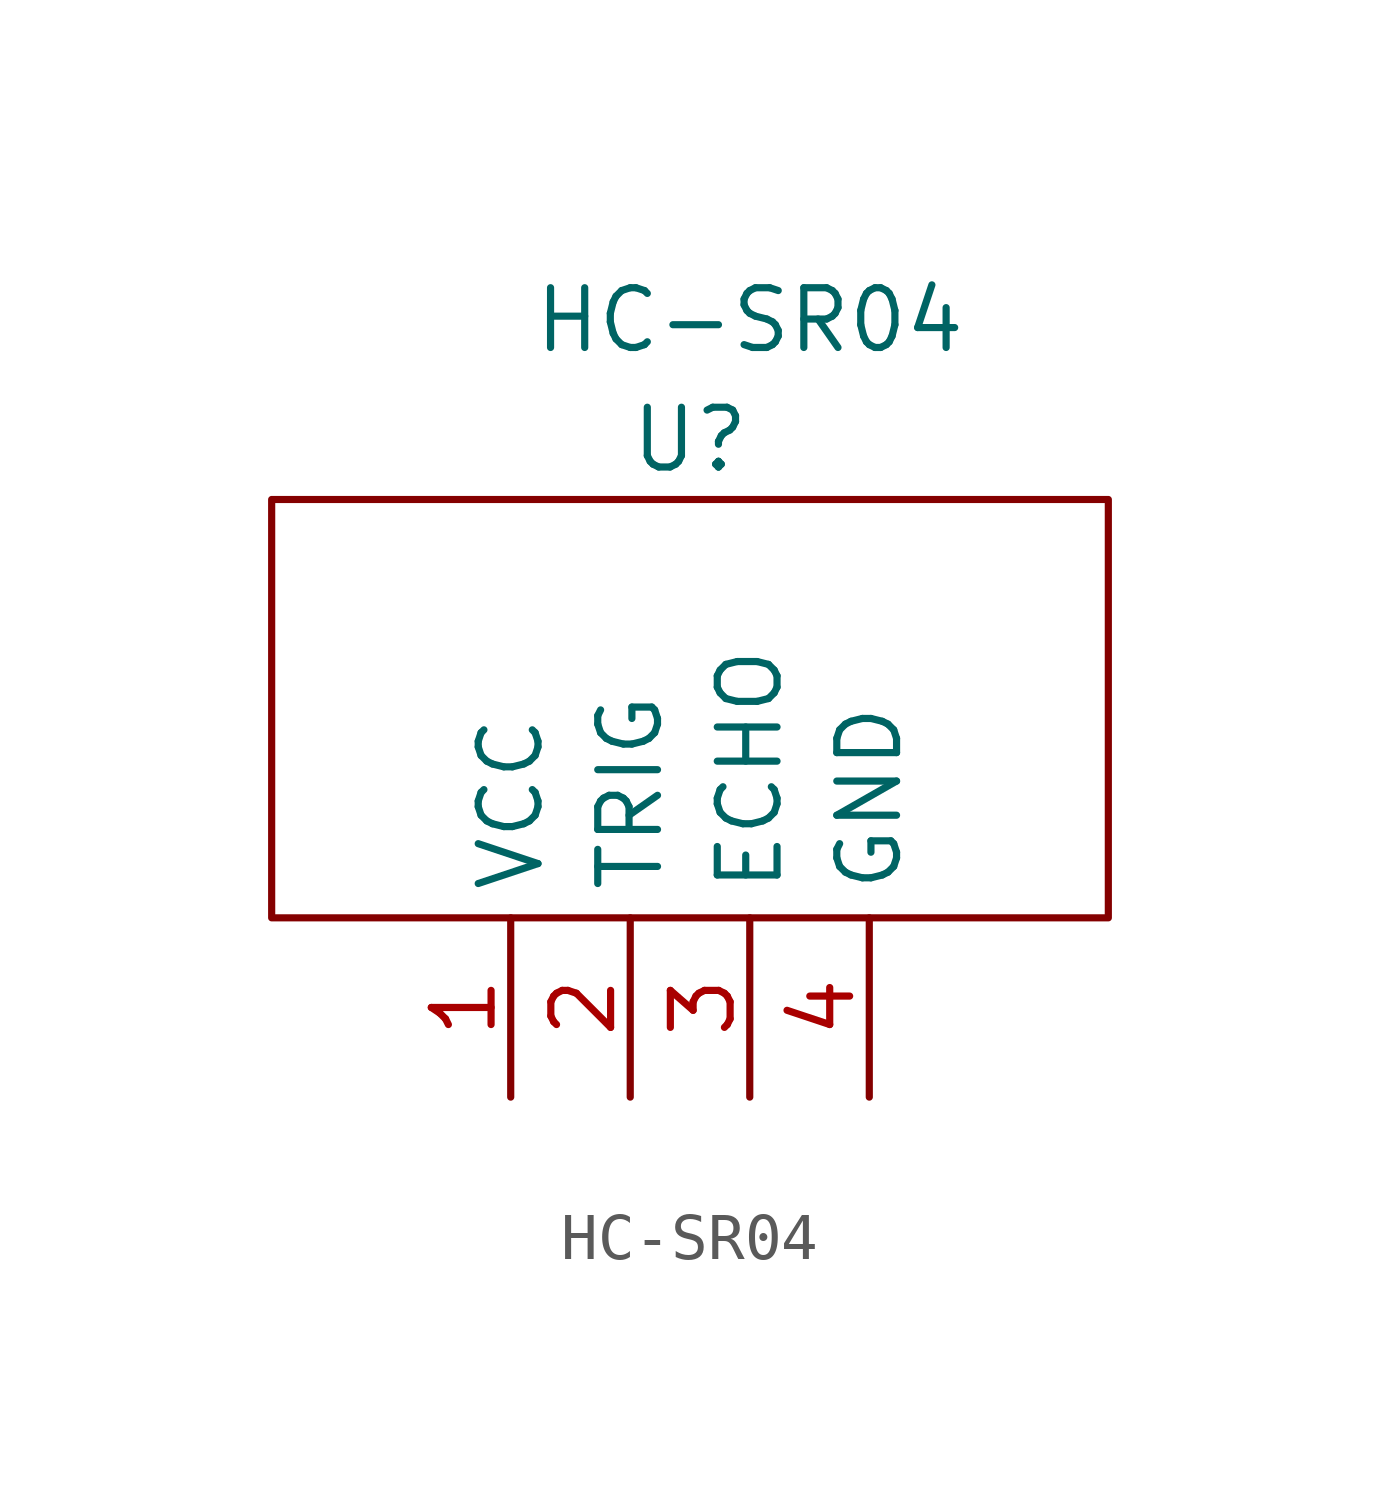
<source format=kicad_sym>
(kicad_symbol_lib
  (version 20220914)
  (generator kicad_symbol_editor)
  (symbol "HC-SR04"
    (property "Reference" "U"
      (at 0 5.08 0)
      (effects (font (size 1.27 1.27))))
    (property "Value" "HC-SR04"
      (at 1.27 7.62 0)
      (effects (font (size 1.27 1.27))))
    (symbol "HC-SR04_0_1"
      (rectangle (start -8.89 3.81) (end 8.89 -5.08) (stroke (width 0) (type default)) (fill (type none))))
    (symbol "HC-SR04_1_1"
      (pin input line (at -3.81 -8.89 90) (length 3.81) (name "VCC" (effects (font (size 1.27 1.27)))) (number "1" (effects (font (size 1.27 1.27)))))
      (pin input line (at -1.27 -8.89 90) (length 3.81) (name "TRIG" (effects (font (size 1.27 1.27)))) (number "2" (effects (font (size 1.27 1.27)))))
      (pin output line (at 1.27 -8.89 90) (length 3.81) (name "ECHO" (effects (font (size 1.27 1.27)))) (number "3" (effects (font (size 1.27 1.27)))))
      (pin input line (at 3.81 -8.89 90) (length 3.81) (name "GND" (effects (font (size 1.27 1.27)))) (number "4" (effects (font (size 1.27 1.27))))))))
</source>
